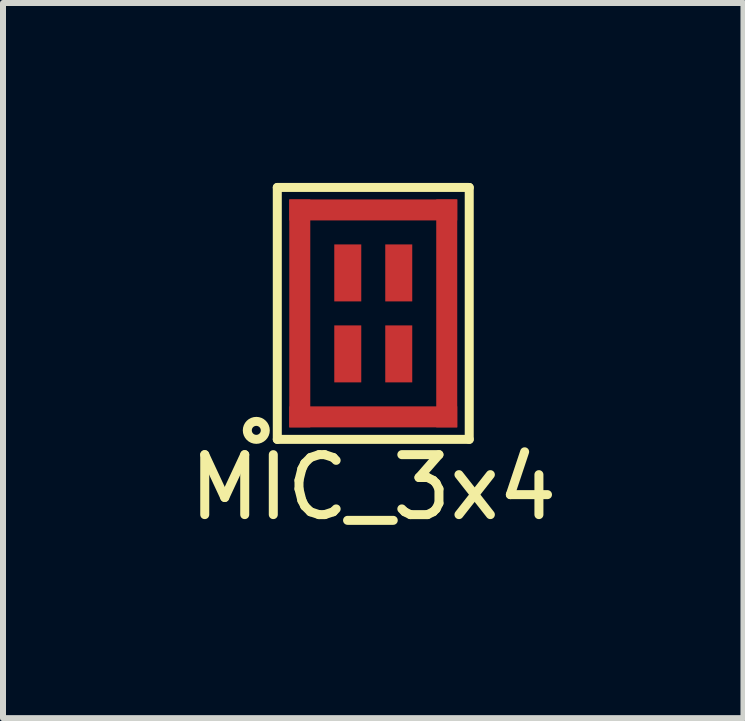
<source format=kicad_pcb>
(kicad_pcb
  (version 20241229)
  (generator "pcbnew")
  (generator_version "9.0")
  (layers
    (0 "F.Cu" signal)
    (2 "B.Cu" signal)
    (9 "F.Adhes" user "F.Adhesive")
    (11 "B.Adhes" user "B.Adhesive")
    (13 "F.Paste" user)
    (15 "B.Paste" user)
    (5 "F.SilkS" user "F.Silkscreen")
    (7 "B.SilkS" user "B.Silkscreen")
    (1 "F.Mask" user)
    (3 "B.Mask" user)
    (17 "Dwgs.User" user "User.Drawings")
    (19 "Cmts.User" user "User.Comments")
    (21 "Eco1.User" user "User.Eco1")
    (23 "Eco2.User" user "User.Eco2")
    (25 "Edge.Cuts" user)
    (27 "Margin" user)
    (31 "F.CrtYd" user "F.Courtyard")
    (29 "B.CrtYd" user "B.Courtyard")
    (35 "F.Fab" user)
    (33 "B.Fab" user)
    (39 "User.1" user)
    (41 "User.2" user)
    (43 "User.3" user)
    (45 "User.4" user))
  (footprint "MIC_3x4"
    (layer "F.Cu")
    (at 3.173 2.175)
    (property "Reference" "MIC_3x4" (at 0 2.9 0) (layer "F.SilkS") (effects (font (size 1 1) (thickness 0.15))))
    (attr through_hole)
    (fp_line (start -1.6 -2.1) (end 1.6 -2.1) (stroke (width 0.15) (type solid)) (layer "F.SilkS"))
    (fp_line (start -1.6 2.1) (end -1.6 -2.1) (stroke (width 0.15) (type solid)) (layer "F.SilkS"))
    (fp_line (start 1.6 -2.1) (end 1.6 2.1) (stroke (width 0.15) (type solid)) (layer "F.SilkS"))
    (fp_line (start 1.6 2.1) (end -1.6 2.1) (stroke (width 0.15) (type solid)) (layer "F.SilkS"))
    (fp_circle (center -1.95 1.95) (end -1.95 2.1) (stroke (width 0.15) (type solid)) (fill no) (layer "F.SilkS"))
    (pad "1" smd rect (at -0.425 0.675) (size 0.45 0.95) (layers "F.Cu" "F.Mask" "F.Paste"))
    (pad "2" smd rect (at -0.425 -0.675) (size 0.45 0.95) (layers "F.Cu" "F.Mask" "F.Paste"))
    (pad "3" smd rect (at 0.425 -0.675) (size 0.45 0.95) (layers "F.Cu" "F.Mask" "F.Paste"))
    (pad "4" smd rect (at 0.425 0.675) (size 0.45 0.95) (layers "F.Cu" "F.Mask" "F.Paste"))
    (pad "5" smd rect (at -1.225 0) (size 0.35 3.8) (layers "F.Cu" "F.Mask" "F.Paste"))
    (pad "5" smd rect (at 0 -1.725) (size 2.8 0.35) (layers "F.Cu" "F.Mask" "F.Paste"))
    (pad "5" smd rect (at 0 1.725) (size 2.8 0.35) (layers "F.Cu" "F.Mask" "F.Paste"))
    (pad "5" smd rect (at 1.225 0) (size 0.35 3.8) (layers "F.Cu" "F.Mask" "F.Paste")))
  (gr_rect
    (start -3 -3)
    (end 9.345 8.923)
    (stroke (width 0.1) (type default))
    (fill no)
    (layer "Edge.Cuts")))
</source>
